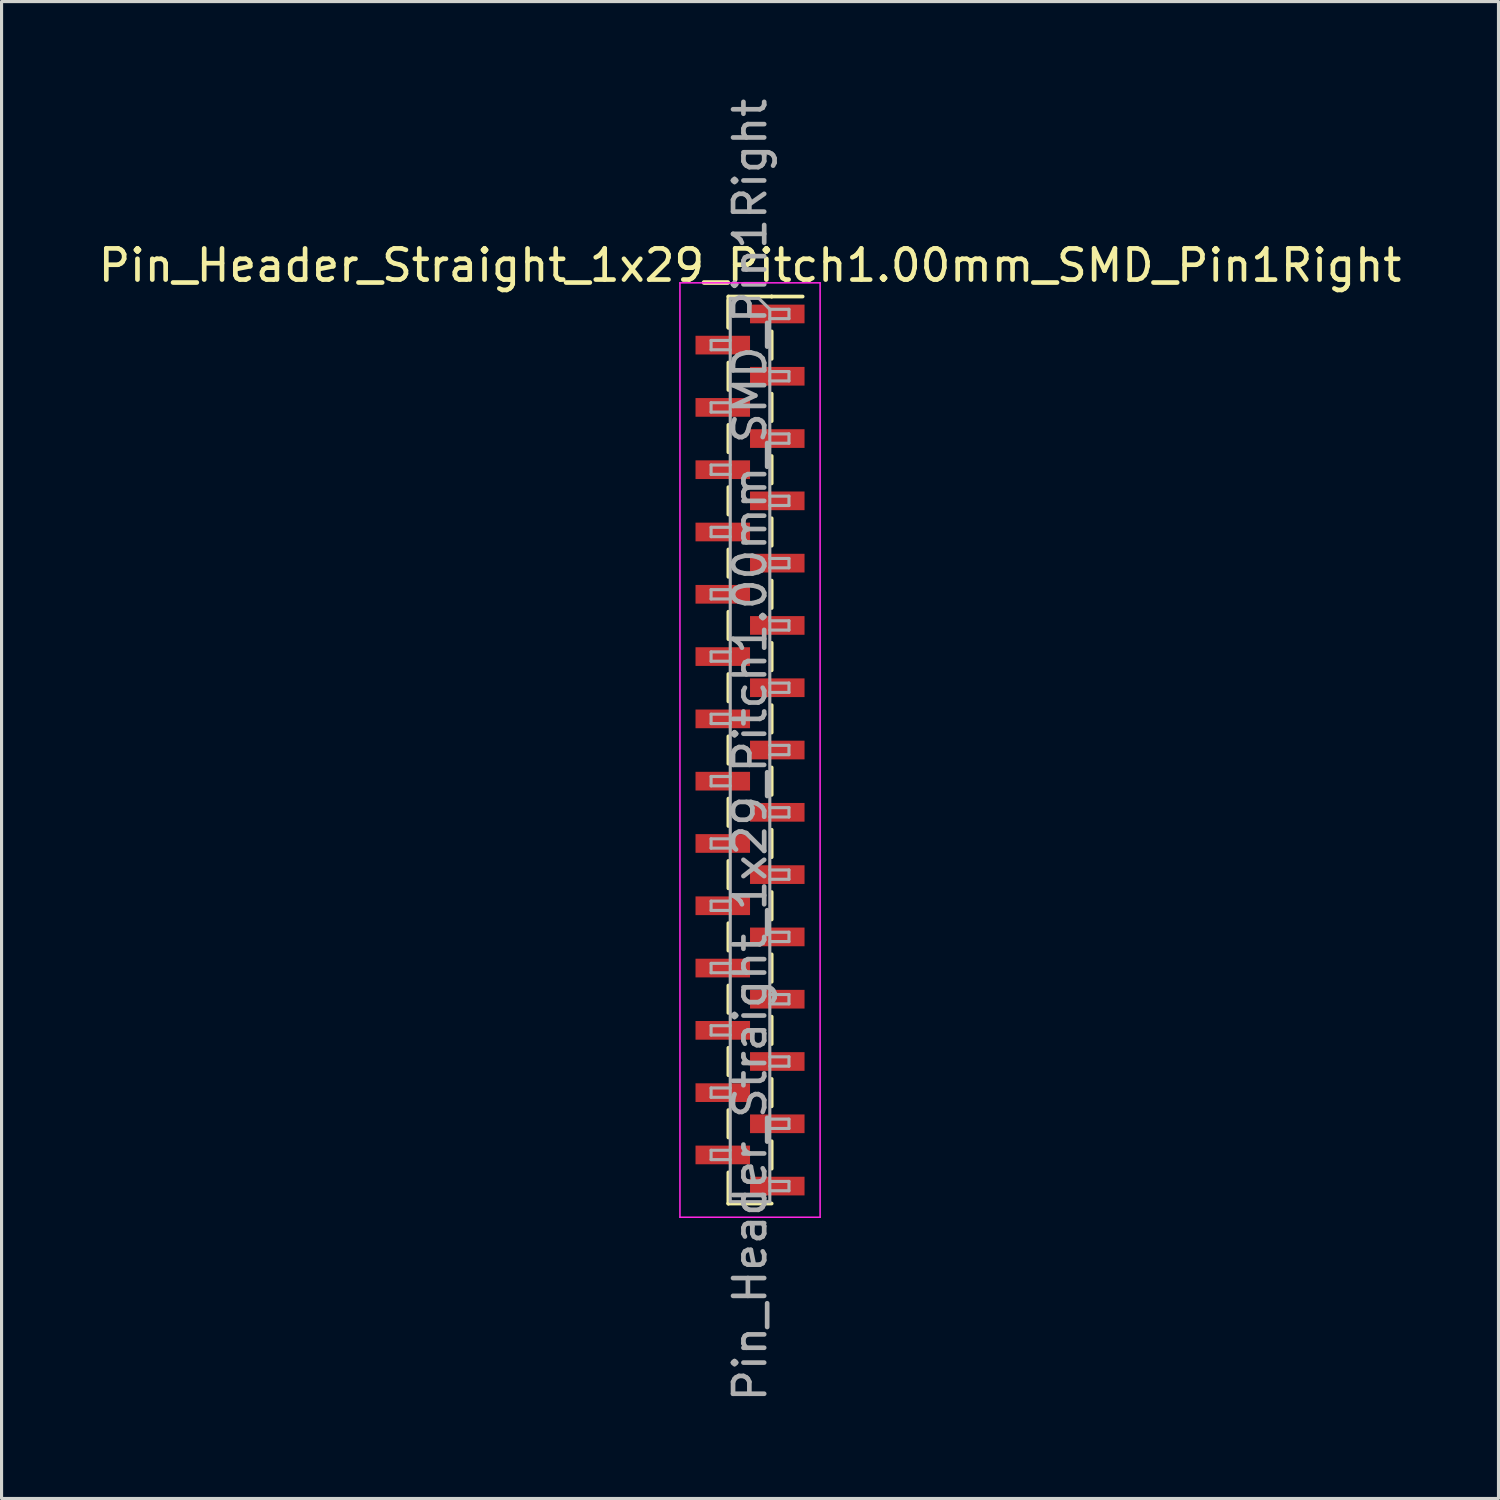
<source format=kicad_pcb>
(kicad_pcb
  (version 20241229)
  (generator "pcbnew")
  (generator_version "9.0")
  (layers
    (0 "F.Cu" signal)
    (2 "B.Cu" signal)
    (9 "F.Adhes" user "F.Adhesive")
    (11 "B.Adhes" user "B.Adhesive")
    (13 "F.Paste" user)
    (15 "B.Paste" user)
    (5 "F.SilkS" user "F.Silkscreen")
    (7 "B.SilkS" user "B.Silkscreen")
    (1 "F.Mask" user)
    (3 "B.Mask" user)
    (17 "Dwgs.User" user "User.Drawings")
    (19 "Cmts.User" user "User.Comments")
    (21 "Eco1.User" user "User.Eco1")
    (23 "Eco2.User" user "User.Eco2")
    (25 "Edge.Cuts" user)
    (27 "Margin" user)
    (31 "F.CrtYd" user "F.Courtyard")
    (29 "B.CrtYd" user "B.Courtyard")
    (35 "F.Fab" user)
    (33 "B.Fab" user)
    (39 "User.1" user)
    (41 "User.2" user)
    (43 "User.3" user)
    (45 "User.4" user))
  (footprint "Pin_Header_Straight_1x29_Pitch1.00mm_SMD_Pin1Right"
    (layer "F.Cu")
    (at 21.03 21.03)
    (property "Reference" "Pin_Header_Straight_1x29_Pitch1.00mm_SMD_Pin1Right" (at 0 -15.56 0) (layer "F.SilkS") (effects (font (size 1 1) (thickness 0.15))))
    (attr smd)
    (fp_line (start -0.695 -14.56) (end -0.695 -13.56) (stroke (width 0.12) (type solid)) (layer "F.SilkS"))
    (fp_line (start -0.695 -14.56) (end 0.695 -14.56) (stroke (width 0.12) (type solid)) (layer "F.SilkS"))
    (fp_line (start -0.695 -14.44) (end -0.695 -13.56) (stroke (width 0.12) (type solid)) (layer "F.SilkS"))
    (fp_line (start -0.695 -12.44) (end -0.695 -11.56) (stroke (width 0.12) (type solid)) (layer "F.SilkS"))
    (fp_line (start -0.695 -10.44) (end -0.695 -9.56) (stroke (width 0.12) (type solid)) (layer "F.SilkS"))
    (fp_line (start -0.695 -8.44) (end -0.695 -7.56) (stroke (width 0.12) (type solid)) (layer "F.SilkS"))
    (fp_line (start -0.695 -6.44) (end -0.695 -5.56) (stroke (width 0.12) (type solid)) (layer "F.SilkS"))
    (fp_line (start -0.695 -4.44) (end -0.695 -3.56) (stroke (width 0.12) (type solid)) (layer "F.SilkS"))
    (fp_line (start -0.695 -2.44) (end -0.695 -1.56) (stroke (width 0.12) (type solid)) (layer "F.SilkS"))
    (fp_line (start -0.695 -0.44) (end -0.695 0.44) (stroke (width 0.12) (type solid)) (layer "F.SilkS"))
    (fp_line (start -0.695 1.56) (end -0.695 2.44) (stroke (width 0.12) (type solid)) (layer "F.SilkS"))
    (fp_line (start -0.695 3.56) (end -0.695 4.44) (stroke (width 0.12) (type solid)) (layer "F.SilkS"))
    (fp_line (start -0.695 5.56) (end -0.695 6.44) (stroke (width 0.12) (type solid)) (layer "F.SilkS"))
    (fp_line (start -0.695 7.56) (end -0.695 8.44) (stroke (width 0.12) (type solid)) (layer "F.SilkS"))
    (fp_line (start -0.695 9.56) (end -0.695 10.44) (stroke (width 0.12) (type solid)) (layer "F.SilkS"))
    (fp_line (start -0.695 11.56) (end -0.695 12.44) (stroke (width 0.12) (type solid)) (layer "F.SilkS"))
    (fp_line (start -0.695 13.56) (end -0.695 14.56) (stroke (width 0.12) (type solid)) (layer "F.SilkS"))
    (fp_line (start -0.695 14.56) (end -0.695 14.56) (stroke (width 0.12) (type solid)) (layer "F.SilkS"))
    (fp_line (start -0.695 14.56) (end 0.695 14.56) (stroke (width 0.12) (type solid)) (layer "F.SilkS"))
    (fp_line (start 0.695 -14.56) (end 0.695 -14.56) (stroke (width 0.12) (type solid)) (layer "F.SilkS"))
    (fp_line (start 0.695 -14.56) (end 1.69 -14.56) (stroke (width 0.12) (type solid)) (layer "F.SilkS"))
    (fp_line (start 0.695 -13.44) (end 0.695 -12.56) (stroke (width 0.12) (type solid)) (layer "F.SilkS"))
    (fp_line (start 0.695 -11.44) (end 0.695 -10.56) (stroke (width 0.12) (type solid)) (layer "F.SilkS"))
    (fp_line (start 0.695 -9.44) (end 0.695 -8.56) (stroke (width 0.12) (type solid)) (layer "F.SilkS"))
    (fp_line (start 0.695 -7.44) (end 0.695 -6.56) (stroke (width 0.12) (type solid)) (layer "F.SilkS"))
    (fp_line (start 0.695 -5.44) (end 0.695 -4.56) (stroke (width 0.12) (type solid)) (layer "F.SilkS"))
    (fp_line (start 0.695 -3.44) (end 0.695 -2.56) (stroke (width 0.12) (type solid)) (layer "F.SilkS"))
    (fp_line (start 0.695 -1.44) (end 0.695 -0.56) (stroke (width 0.12) (type solid)) (layer "F.SilkS"))
    (fp_line (start 0.695 0.56) (end 0.695 1.44) (stroke (width 0.12) (type solid)) (layer "F.SilkS"))
    (fp_line (start 0.695 2.56) (end 0.695 3.44) (stroke (width 0.12) (type solid)) (layer "F.SilkS"))
    (fp_line (start 0.695 4.56) (end 0.695 5.44) (stroke (width 0.12) (type solid)) (layer "F.SilkS"))
    (fp_line (start 0.695 6.56) (end 0.695 7.44) (stroke (width 0.12) (type solid)) (layer "F.SilkS"))
    (fp_line (start 0.695 8.56) (end 0.695 9.44) (stroke (width 0.12) (type solid)) (layer "F.SilkS"))
    (fp_line (start 0.695 10.56) (end 0.695 11.44) (stroke (width 0.12) (type solid)) (layer "F.SilkS"))
    (fp_line (start 0.695 12.56) (end 0.695 13.44) (stroke (width 0.12) (type solid)) (layer "F.SilkS"))
    (fp_line (start -2.25 -15) (end -2.25 15) (stroke (width 0.05) (type solid)) (layer "F.CrtYd"))
    (fp_line (start -2.25 15) (end 2.25 15) (stroke (width 0.05) (type solid)) (layer "F.CrtYd"))
    (fp_line (start 2.25 -15) (end -2.25 -15) (stroke (width 0.05) (type solid)) (layer "F.CrtYd"))
    (fp_line (start 2.25 15) (end 2.25 -15) (stroke (width 0.05) (type solid)) (layer "F.CrtYd"))
    (fp_line (start -1.25 -13.15) (end -1.25 -12.85) (stroke (width 0.1) (type solid)) (layer "F.Fab"))
    (fp_line (start -1.25 -12.85) (end -0.635 -12.85) (stroke (width 0.1) (type solid)) (layer "F.Fab"))
    (fp_line (start -1.25 -11.15) (end -1.25 -10.85) (stroke (width 0.1) (type solid)) (layer "F.Fab"))
    (fp_line (start -1.25 -10.85) (end -0.635 -10.85) (stroke (width 0.1) (type solid)) (layer "F.Fab"))
    (fp_line (start -1.25 -9.15) (end -1.25 -8.85) (stroke (width 0.1) (type solid)) (layer "F.Fab"))
    (fp_line (start -1.25 -8.85) (end -0.635 -8.85) (stroke (width 0.1) (type solid)) (layer "F.Fab"))
    (fp_line (start -1.25 -7.15) (end -1.25 -6.85) (stroke (width 0.1) (type solid)) (layer "F.Fab"))
    (fp_line (start -1.25 -6.85) (end -0.635 -6.85) (stroke (width 0.1) (type solid)) (layer "F.Fab"))
    (fp_line (start -1.25 -5.15) (end -1.25 -4.85) (stroke (width 0.1) (type solid)) (layer "F.Fab"))
    (fp_line (start -1.25 -4.85) (end -0.635 -4.85) (stroke (width 0.1) (type solid)) (layer "F.Fab"))
    (fp_line (start -1.25 -3.15) (end -1.25 -2.85) (stroke (width 0.1) (type solid)) (layer "F.Fab"))
    (fp_line (start -1.25 -2.85) (end -0.635 -2.85) (stroke (width 0.1) (type solid)) (layer "F.Fab"))
    (fp_line (start -1.25 -1.15) (end -1.25 -0.85) (stroke (width 0.1) (type solid)) (layer "F.Fab"))
    (fp_line (start -1.25 -0.85) (end -0.635 -0.85) (stroke (width 0.1) (type solid)) (layer "F.Fab"))
    (fp_line (start -1.25 0.85) (end -1.25 1.15) (stroke (width 0.1) (type solid)) (layer "F.Fab"))
    (fp_line (start -1.25 1.15) (end -0.635 1.15) (stroke (width 0.1) (type solid)) (layer "F.Fab"))
    (fp_line (start -1.25 2.85) (end -1.25 3.15) (stroke (width 0.1) (type solid)) (layer "F.Fab"))
    (fp_line (start -1.25 3.15) (end -0.635 3.15) (stroke (width 0.1) (type solid)) (layer "F.Fab"))
    (fp_line (start -1.25 4.85) (end -1.25 5.15) (stroke (width 0.1) (type solid)) (layer "F.Fab"))
    (fp_line (start -1.25 5.15) (end -0.635 5.15) (stroke (width 0.1) (type solid)) (layer "F.Fab"))
    (fp_line (start -1.25 6.85) (end -1.25 7.15) (stroke (width 0.1) (type solid)) (layer "F.Fab"))
    (fp_line (start -1.25 7.15) (end -0.635 7.15) (stroke (width 0.1) (type solid)) (layer "F.Fab"))
    (fp_line (start -1.25 8.85) (end -1.25 9.15) (stroke (width 0.1) (type solid)) (layer "F.Fab"))
    (fp_line (start -1.25 9.15) (end -0.635 9.15) (stroke (width 0.1) (type solid)) (layer "F.Fab"))
    (fp_line (start -1.25 10.85) (end -1.25 11.15) (stroke (width 0.1) (type solid)) (layer "F.Fab"))
    (fp_line (start -1.25 11.15) (end -0.635 11.15) (stroke (width 0.1) (type solid)) (layer "F.Fab"))
    (fp_line (start -1.25 12.85) (end -1.25 13.15) (stroke (width 0.1) (type solid)) (layer "F.Fab"))
    (fp_line (start -1.25 13.15) (end -0.635 13.15) (stroke (width 0.1) (type solid)) (layer "F.Fab"))
    (fp_line (start -0.635 -14.5) (end -0.635 14.5) (stroke (width 0.1) (type solid)) (layer "F.Fab"))
    (fp_line (start -0.635 -14.5) (end 0.285 -14.5) (stroke (width 0.1) (type solid)) (layer "F.Fab"))
    (fp_line (start -0.635 -13.15) (end -1.25 -13.15) (stroke (width 0.1) (type solid)) (layer "F.Fab"))
    (fp_line (start -0.635 -11.15) (end -1.25 -11.15) (stroke (width 0.1) (type solid)) (layer "F.Fab"))
    (fp_line (start -0.635 -9.15) (end -1.25 -9.15) (stroke (width 0.1) (type solid)) (layer "F.Fab"))
    (fp_line (start -0.635 -7.15) (end -1.25 -7.15) (stroke (width 0.1) (type solid)) (layer "F.Fab"))
    (fp_line (start -0.635 -5.15) (end -1.25 -5.15) (stroke (width 0.1) (type solid)) (layer "F.Fab"))
    (fp_line (start -0.635 -3.15) (end -1.25 -3.15) (stroke (width 0.1) (type solid)) (layer "F.Fab"))
    (fp_line (start -0.635 -1.15) (end -1.25 -1.15) (stroke (width 0.1) (type solid)) (layer "F.Fab"))
    (fp_line (start -0.635 0.85) (end -1.25 0.85) (stroke (width 0.1) (type solid)) (layer "F.Fab"))
    (fp_line (start -0.635 2.85) (end -1.25 2.85) (stroke (width 0.1) (type solid)) (layer "F.Fab"))
    (fp_line (start -0.635 4.85) (end -1.25 4.85) (stroke (width 0.1) (type solid)) (layer "F.Fab"))
    (fp_line (start -0.635 6.85) (end -1.25 6.85) (stroke (width 0.1) (type solid)) (layer "F.Fab"))
    (fp_line (start -0.635 8.85) (end -1.25 8.85) (stroke (width 0.1) (type solid)) (layer "F.Fab"))
    (fp_line (start -0.635 10.85) (end -1.25 10.85) (stroke (width 0.1) (type solid)) (layer "F.Fab"))
    (fp_line (start -0.635 12.85) (end -1.25 12.85) (stroke (width 0.1) (type solid)) (layer "F.Fab"))
    (fp_line (start 0.635 -14.15) (end 0.285 -14.5) (stroke (width 0.1) (type solid)) (layer "F.Fab"))
    (fp_line (start 0.635 -14.15) (end 1.25 -14.15) (stroke (width 0.1) (type solid)) (layer "F.Fab"))
    (fp_line (start 0.635 -12.15) (end 1.25 -12.15) (stroke (width 0.1) (type solid)) (layer "F.Fab"))
    (fp_line (start 0.635 -10.15) (end 1.25 -10.15) (stroke (width 0.1) (type solid)) (layer "F.Fab"))
    (fp_line (start 0.635 -8.15) (end 1.25 -8.15) (stroke (width 0.1) (type solid)) (layer "F.Fab"))
    (fp_line (start 0.635 -6.15) (end 1.25 -6.15) (stroke (width 0.1) (type solid)) (layer "F.Fab"))
    (fp_line (start 0.635 -4.15) (end 1.25 -4.15) (stroke (width 0.1) (type solid)) (layer "F.Fab"))
    (fp_line (start 0.635 -2.15) (end 1.25 -2.15) (stroke (width 0.1) (type solid)) (layer "F.Fab"))
    (fp_line (start 0.635 -0.15) (end 1.25 -0.15) (stroke (width 0.1) (type solid)) (layer "F.Fab"))
    (fp_line (start 0.635 1.85) (end 1.25 1.85) (stroke (width 0.1) (type solid)) (layer "F.Fab"))
    (fp_line (start 0.635 3.85) (end 1.25 3.85) (stroke (width 0.1) (type solid)) (layer "F.Fab"))
    (fp_line (start 0.635 5.85) (end 1.25 5.85) (stroke (width 0.1) (type solid)) (layer "F.Fab"))
    (fp_line (start 0.635 7.85) (end 1.25 7.85) (stroke (width 0.1) (type solid)) (layer "F.Fab"))
    (fp_line (start 0.635 9.85) (end 1.25 9.85) (stroke (width 0.1) (type solid)) (layer "F.Fab"))
    (fp_line (start 0.635 11.85) (end 1.25 11.85) (stroke (width 0.1) (type solid)) (layer "F.Fab"))
    (fp_line (start 0.635 13.85) (end 1.25 13.85) (stroke (width 0.1) (type solid)) (layer "F.Fab"))
    (fp_line (start 0.635 14.5) (end -0.635 14.5) (stroke (width 0.1) (type solid)) (layer "F.Fab"))
    (fp_line (start 0.635 14.5) (end 0.635 -14.15) (stroke (width 0.1) (type solid)) (layer "F.Fab"))
    (fp_line (start 1.25 -14.15) (end 1.25 -13.85) (stroke (width 0.1) (type solid)) (layer "F.Fab"))
    (fp_line (start 1.25 -13.85) (end 0.635 -13.85) (stroke (width 0.1) (type solid)) (layer "F.Fab"))
    (fp_line (start 1.25 -12.15) (end 1.25 -11.85) (stroke (width 0.1) (type solid)) (layer "F.Fab"))
    (fp_line (start 1.25 -11.85) (end 0.635 -11.85) (stroke (width 0.1) (type solid)) (layer "F.Fab"))
    (fp_line (start 1.25 -10.15) (end 1.25 -9.85) (stroke (width 0.1) (type solid)) (layer "F.Fab"))
    (fp_line (start 1.25 -9.85) (end 0.635 -9.85) (stroke (width 0.1) (type solid)) (layer "F.Fab"))
    (fp_line (start 1.25 -8.15) (end 1.25 -7.85) (stroke (width 0.1) (type solid)) (layer "F.Fab"))
    (fp_line (start 1.25 -7.85) (end 0.635 -7.85) (stroke (width 0.1) (type solid)) (layer "F.Fab"))
    (fp_line (start 1.25 -6.15) (end 1.25 -5.85) (stroke (width 0.1) (type solid)) (layer "F.Fab"))
    (fp_line (start 1.25 -5.85) (end 0.635 -5.85) (stroke (width 0.1) (type solid)) (layer "F.Fab"))
    (fp_line (start 1.25 -4.15) (end 1.25 -3.85) (stroke (width 0.1) (type solid)) (layer "F.Fab"))
    (fp_line (start 1.25 -3.85) (end 0.635 -3.85) (stroke (width 0.1) (type solid)) (layer "F.Fab"))
    (fp_line (start 1.25 -2.15) (end 1.25 -1.85) (stroke (width 0.1) (type solid)) (layer "F.Fab"))
    (fp_line (start 1.25 -1.85) (end 0.635 -1.85) (stroke (width 0.1) (type solid)) (layer "F.Fab"))
    (fp_line (start 1.25 -0.15) (end 1.25 0.15) (stroke (width 0.1) (type solid)) (layer "F.Fab"))
    (fp_line (start 1.25 0.15) (end 0.635 0.15) (stroke (width 0.1) (type solid)) (layer "F.Fab"))
    (fp_line (start 1.25 1.85) (end 1.25 2.15) (stroke (width 0.1) (type solid)) (layer "F.Fab"))
    (fp_line (start 1.25 2.15) (end 0.635 2.15) (stroke (width 0.1) (type solid)) (layer "F.Fab"))
    (fp_line (start 1.25 3.85) (end 1.25 4.15) (stroke (width 0.1) (type solid)) (layer "F.Fab"))
    (fp_line (start 1.25 4.15) (end 0.635 4.15) (stroke (width 0.1) (type solid)) (layer "F.Fab"))
    (fp_line (start 1.25 5.85) (end 1.25 6.15) (stroke (width 0.1) (type solid)) (layer "F.Fab"))
    (fp_line (start 1.25 6.15) (end 0.635 6.15) (stroke (width 0.1) (type solid)) (layer "F.Fab"))
    (fp_line (start 1.25 7.85) (end 1.25 8.15) (stroke (width 0.1) (type solid)) (layer "F.Fab"))
    (fp_line (start 1.25 8.15) (end 0.635 8.15) (stroke (width 0.1) (type solid)) (layer "F.Fab"))
    (fp_line (start 1.25 9.85) (end 1.25 10.15) (stroke (width 0.1) (type solid)) (layer "F.Fab"))
    (fp_line (start 1.25 10.15) (end 0.635 10.15) (stroke (width 0.1) (type solid)) (layer "F.Fab"))
    (fp_line (start 1.25 11.85) (end 1.25 12.15) (stroke (width 0.1) (type solid)) (layer "F.Fab"))
    (fp_line (start 1.25 12.15) (end 0.635 12.15) (stroke (width 0.1) (type solid)) (layer "F.Fab"))
    (fp_line (start 1.25 13.85) (end 1.25 14.15) (stroke (width 0.1) (type solid)) (layer "F.Fab"))
    (fp_line (start 1.25 14.15) (end 0.635 14.15) (stroke (width 0.1) (type solid)) (layer "F.Fab"))
    (fp_text user "${REFERENCE}" (at 0 0 90) (layer "F.Fab") (effects (font (size 1 1) (thickness 0.15))))
    (pad "1" smd rect (at 0.875 -14) (size 1.75 0.6) (layers "F.Cu" "F.Mask" "F.Paste"))
    (pad "2" smd rect (at -0.875 -13) (size 1.75 0.6) (layers "F.Cu" "F.Mask" "F.Paste"))
    (pad "3" smd rect (at 0.875 -12) (size 1.75 0.6) (layers "F.Cu" "F.Mask" "F.Paste"))
    (pad "4" smd rect (at -0.875 -11) (size 1.75 0.6) (layers "F.Cu" "F.Mask" "F.Paste"))
    (pad "5" smd rect (at 0.875 -10) (size 1.75 0.6) (layers "F.Cu" "F.Mask" "F.Paste"))
    (pad "6" smd rect (at -0.875 -9) (size 1.75 0.6) (layers "F.Cu" "F.Mask" "F.Paste"))
    (pad "7" smd rect (at 0.875 -8) (size 1.75 0.6) (layers "F.Cu" "F.Mask" "F.Paste"))
    (pad "8" smd rect (at -0.875 -7) (size 1.75 0.6) (layers "F.Cu" "F.Mask" "F.Paste"))
    (pad "9" smd rect (at 0.875 -6) (size 1.75 0.6) (layers "F.Cu" "F.Mask" "F.Paste"))
    (pad "10" smd rect (at -0.875 -5) (size 1.75 0.6) (layers "F.Cu" "F.Mask" "F.Paste"))
    (pad "11" smd rect (at 0.875 -4) (size 1.75 0.6) (layers "F.Cu" "F.Mask" "F.Paste"))
    (pad "12" smd rect (at -0.875 -3) (size 1.75 0.6) (layers "F.Cu" "F.Mask" "F.Paste"))
    (pad "13" smd rect (at 0.875 -2) (size 1.75 0.6) (layers "F.Cu" "F.Mask" "F.Paste"))
    (pad "14" smd rect (at -0.875 -1) (size 1.75 0.6) (layers "F.Cu" "F.Mask" "F.Paste"))
    (pad "15" smd rect (at 0.875 0) (size 1.75 0.6) (layers "F.Cu" "F.Mask" "F.Paste"))
    (pad "16" smd rect (at -0.875 1) (size 1.75 0.6) (layers "F.Cu" "F.Mask" "F.Paste"))
    (pad "17" smd rect (at 0.875 2) (size 1.75 0.6) (layers "F.Cu" "F.Mask" "F.Paste"))
    (pad "18" smd rect (at -0.875 3) (size 1.75 0.6) (layers "F.Cu" "F.Mask" "F.Paste"))
    (pad "19" smd rect (at 0.875 4) (size 1.75 0.6) (layers "F.Cu" "F.Mask" "F.Paste"))
    (pad "20" smd rect (at -0.875 5) (size 1.75 0.6) (layers "F.Cu" "F.Mask" "F.Paste"))
    (pad "21" smd rect (at 0.875 6) (size 1.75 0.6) (layers "F.Cu" "F.Mask" "F.Paste"))
    (pad "22" smd rect (at -0.875 7) (size 1.75 0.6) (layers "F.Cu" "F.Mask" "F.Paste"))
    (pad "23" smd rect (at 0.875 8) (size 1.75 0.6) (layers "F.Cu" "F.Mask" "F.Paste"))
    (pad "24" smd rect (at -0.875 9) (size 1.75 0.6) (layers "F.Cu" "F.Mask" "F.Paste"))
    (pad "25" smd rect (at 0.875 10) (size 1.75 0.6) (layers "F.Cu" "F.Mask" "F.Paste"))
    (pad "26" smd rect (at -0.875 11) (size 1.75 0.6) (layers "F.Cu" "F.Mask" "F.Paste"))
    (pad "27" smd rect (at 0.875 12) (size 1.75 0.6) (layers "F.Cu" "F.Mask" "F.Paste"))
    (pad "28" smd rect (at -0.875 13) (size 1.75 0.6) (layers "F.Cu" "F.Mask" "F.Paste"))
    (pad "29" smd rect (at 0.875 14) (size 1.75 0.6) (layers "F.Cu" "F.Mask" "F.Paste")))
  (gr_rect
    (start -3 -3)
    (end 45.06 45.06)
    (stroke (width 0.1) (type default))
    (fill no)
    (layer "Edge.Cuts")))
</source>
